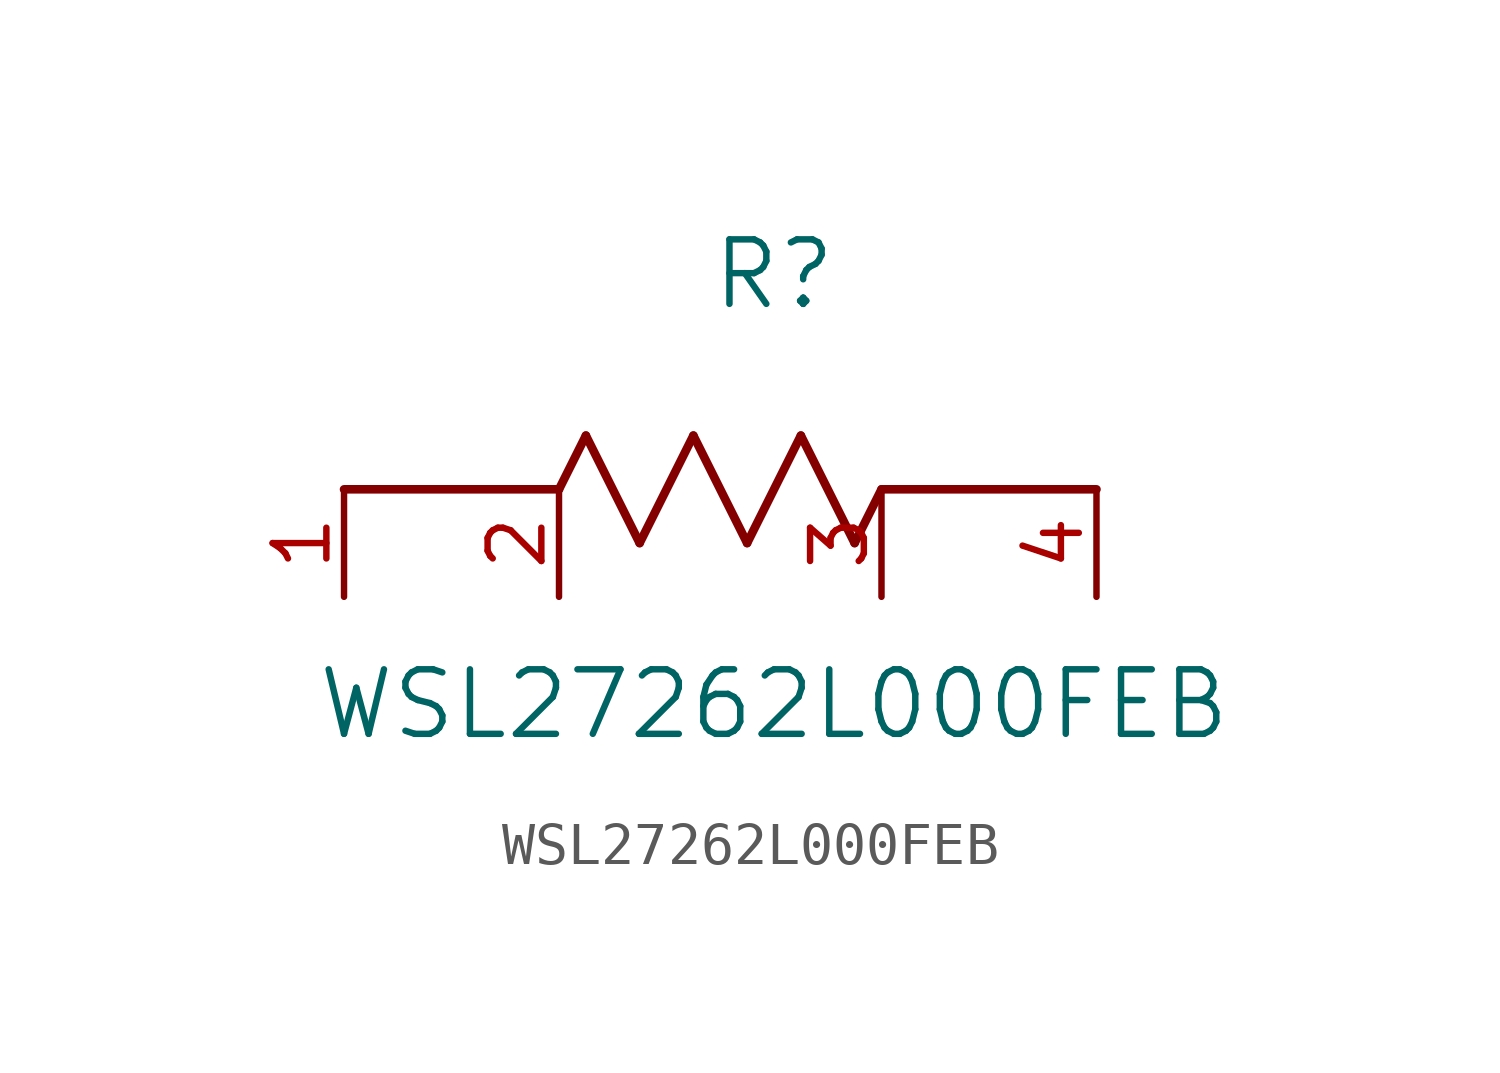
<source format=kicad_sym>
(kicad_symbol_lib
  (version 20211014)
  (generator kicad_symbol_editor)
  (symbol "WSL27262L000FEB"
    (pin_names
      (offset 0.254))
    (property "Reference" "R"
      (at 7.62 7.62 0)
      (effects (font (size 1.524 1.524))))
    (property "Value" "WSL27262L000FEB"
      (at 7.62 -2.54 0)
      (effects (font (size 1.524 1.524))))
    (symbol "WSL27262L000FEB_0_1"
      (polyline (pts (xy 3.175 3.81) (xy 4.445 1.27)) (stroke (width 0.203) (type default) (color 0 0 0 0)) (fill (type none)))
      (polyline (pts (xy 4.445 1.27) (xy 5.715 3.81)) (stroke (width 0.203) (type default) (color 0 0 0 0)) (fill (type none)))
      (polyline (pts (xy 5.715 3.81) (xy 6.985 1.27)) (stroke (width 0.203) (type default) (color 0 0 0 0)) (fill (type none)))
      (polyline (pts (xy 6.985 1.27) (xy 8.255 3.81)) (stroke (width 0.203) (type default) (color 0 0 0 0)) (fill (type none)))
      (polyline (pts (xy 8.255 3.81) (xy 9.525 1.27)) (stroke (width 0.203) (type default) (color 0 0 0 0)) (fill (type none)))
      (polyline (pts (xy 2.54 2.54) (xy 3.175 3.81)) (stroke (width 0.203) (type default) (color 0 0 0 0)) (fill (type none)))
      (polyline (pts (xy 9.525 1.27) (xy 10.16 2.54)) (stroke (width 0.203) (type default) (color 0 0 0 0)) (fill (type none)))
      (polyline (pts (xy -2.54 2.54) (xy 2.54 2.54)) (stroke (width 0.203) (type default) (color 0 0 0 0)) (fill (type none)))
      (polyline (pts (xy 15.24 2.54) (xy 10.16 2.54)) (stroke (width 0.203) (type default) (color 0 0 0 0)) (fill (type none)))
      (pin unspecified line (at -2.54 0 90) (length 2.54) (name "" (effects (font (size 1.27 1.27)))) (number "1" (effects (font (size 1.27 1.27)))))
      (pin unspecified line (at 15.24 0 90) (length 2.54) (name "" (effects (font (size 1.27 1.27)))) (number "4" (effects (font (size 1.27 1.27)))))
      (pin unspecified line (at 2.54 0 90) (length 2.54) (name "" (effects (font (size 1.27 1.27)))) (number "2" (effects (font (size 1.27 1.27)))))
      (pin unspecified line (at 10.16 0 90) (length 2.54) (name "" (effects (font (size 1.27 1.27)))) (number "3" (effects (font (size 1.27 1.27))))))))
</source>
